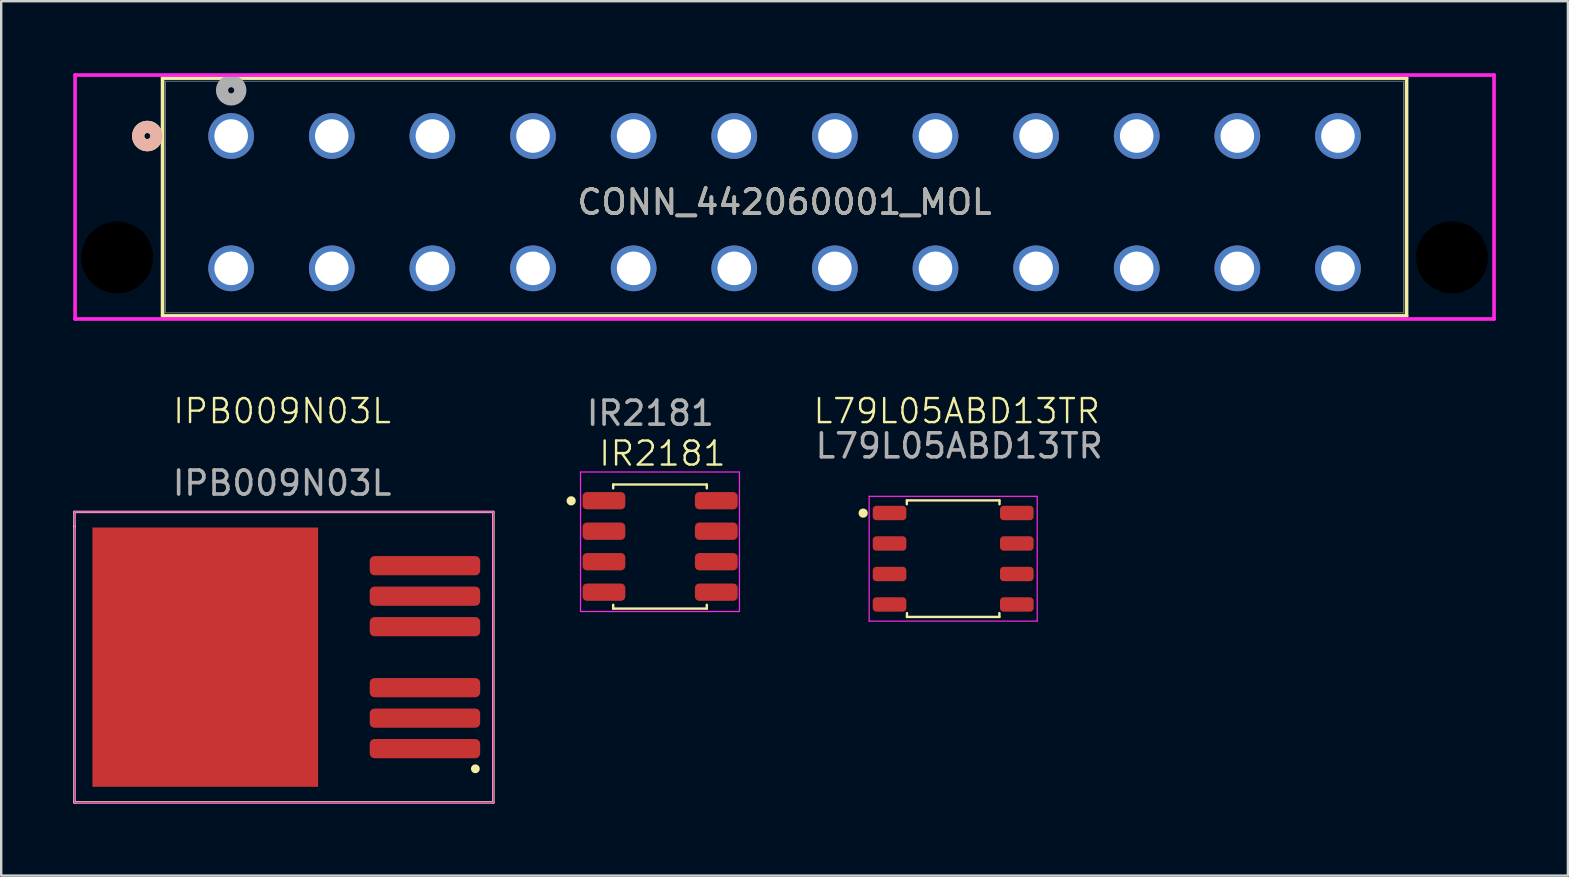
<source format=kicad_pcb>
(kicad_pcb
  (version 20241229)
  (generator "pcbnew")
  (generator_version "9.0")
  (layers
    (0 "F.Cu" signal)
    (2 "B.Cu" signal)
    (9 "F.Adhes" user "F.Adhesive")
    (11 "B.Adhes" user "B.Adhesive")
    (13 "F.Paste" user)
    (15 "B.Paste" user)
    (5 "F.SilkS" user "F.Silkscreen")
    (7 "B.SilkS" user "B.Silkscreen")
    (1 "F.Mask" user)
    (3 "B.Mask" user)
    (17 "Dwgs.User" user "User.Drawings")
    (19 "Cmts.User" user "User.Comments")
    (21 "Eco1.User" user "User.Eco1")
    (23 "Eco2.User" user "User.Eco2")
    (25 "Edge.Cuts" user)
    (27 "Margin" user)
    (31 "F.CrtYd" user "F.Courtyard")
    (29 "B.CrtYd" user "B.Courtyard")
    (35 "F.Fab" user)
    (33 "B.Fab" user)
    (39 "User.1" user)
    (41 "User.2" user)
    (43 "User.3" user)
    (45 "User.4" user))
  (footprint "IR2181"
    (layer "F.Cu")
    (at 24.441 19.711)
    (property "Reference" "IR2181" (at 0.1 -3.87 0) (unlocked yes) (layer "F.SilkS") (effects (font (size 1 1) (thickness 0.1))))
    (attr smd)
    (fp_line (start -1.95 -2.58) (end -1.95 -2.42) (stroke (width 0.1) (type default)) (layer "F.SilkS"))
    (fp_line (start -1.95 -2.58) (end 1.95 -2.58) (stroke (width 0.1) (type default)) (layer "F.SilkS"))
    (fp_line (start -1.95 2.43) (end -1.95 2.59) (stroke (width 0.1) (type default)) (layer "F.SilkS"))
    (fp_line (start -1.95 2.59) (end 1.95 2.59) (stroke (width 0.1) (type default)) (layer "F.SilkS"))
    (fp_line (start 1.95 -2.58) (end 1.95 -2.42) (stroke (width 0.1) (type default)) (layer "F.SilkS"))
    (fp_line (start 1.95 2.43) (end 1.95 2.59) (stroke (width 0.1) (type default)) (layer "F.SilkS"))
    (fp_circle (center -3.7 -1.9) (end -3.559 -1.9) (stroke (width 0.1) (type solid)) (fill yes) (layer "F.SilkS"))
    (fp_line (start -3.31 -3.1) (end -3.31 2.71) (stroke (width 0.05) (type default)) (layer "F.CrtYd"))
    (fp_line (start -3.31 -3.1) (end 3.31 -3.1) (stroke (width 0.05) (type default)) (layer "F.CrtYd"))
    (fp_line (start 3.31 -3.1) (end 3.31 2.71) (stroke (width 0.05) (type default)) (layer "F.CrtYd"))
    (fp_line (start 3.31 2.71) (end -3.3 2.71) (stroke (width 0.05) (type default)) (layer "F.CrtYd"))
    (fp_text user "${REFERENCE}" (at -0.4 -5.55 0) (unlocked yes) (layer "F.Fab") (effects (font (size 1 1) (thickness 0.15))))
    (pad "1" smd roundrect (at -2.335 -1.905) (size 1.78 0.72) (layers "F.Cu" "F.Mask" "F.Paste") (roundrect_rratio 0.25))
    (pad "2" smd roundrect (at -2.335 -0.635) (size 1.78 0.72) (layers "F.Cu" "F.Mask" "F.Paste") (roundrect_rratio 0.25))
    (pad "3" smd roundrect (at -2.335 0.635) (size 1.78 0.72) (layers "F.Cu" "F.Mask" "F.Paste") (roundrect_rratio 0.25))
    (pad "4" smd roundrect (at -2.335 1.905) (size 1.78 0.72) (layers "F.Cu" "F.Mask" "F.Paste") (roundrect_rratio 0.25))
    (pad "5" smd roundrect (at 2.345 1.905) (size 1.78 0.72) (layers "F.Cu" "F.Mask" "F.Paste") (roundrect_rratio 0.25))
    (pad "6" smd roundrect (at 2.345 0.635) (size 1.78 0.72) (layers "F.Cu" "F.Mask" "F.Paste") (roundrect_rratio 0.25))
    (pad "7" smd roundrect (at 2.345 -0.635) (size 1.78 0.72) (layers "F.Cu" "F.Mask" "F.Paste") (roundrect_rratio 0.25))
    (pad "8" smd roundrect (at 2.345 -1.905) (size 1.78 0.72) (layers "F.Cu" "F.Mask" "F.Paste") (roundrect_rratio 0.25)))
  (footprint "IPB009N03L"
    (layer "F.Cu")
    (at 5.5 24.323)
    (property "Reference" "IPB009N03L" (at 3.2 -10.25 0) (unlocked yes) (layer "F.SilkS") (effects (font (size 1 1) (thickness 0.1))))
    (attr smd)
    (fp_line (start -5.45 -6.05) (end -5.45 -5.45) (stroke (width 0.1) (type default)) (layer "F.SilkS"))
    (fp_line (start -5.45 -5.45) (end -5.45 6.05) (stroke (width 0.1) (type default)) (layer "F.SilkS"))
    (fp_line (start -5.45 6.05) (end 12 6.05) (stroke (width 0.1) (type default)) (layer "F.SilkS"))
    (fp_line (start 12 -6.05) (end -5.45 -6.05) (stroke (width 0.1) (type default)) (layer "F.SilkS"))
    (fp_line (start 12 6.05) (end 12 -6.05) (stroke (width 0.1) (type default)) (layer "F.SilkS"))
    (fp_circle (center 11.25 4.65) (end 11.408 4.65) (stroke (width 0.05) (type solid)) (fill yes) (layer "F.SilkS"))
    (fp_line (start -5.45 -6.05) (end -5.45 6.05) (stroke (width 0.05) (type default)) (layer "F.CrtYd"))
    (fp_line (start -5.45 6.05) (end 12 6.05) (stroke (width 0.05) (type default)) (layer "F.CrtYd"))
    (fp_line (start 12 -6.05) (end -5.45 -6.05) (stroke (width 0.05) (type default)) (layer "F.CrtYd"))
    (fp_line (start 12 6.05) (end 12 -6.05) (stroke (width 0.05) (type default)) (layer "F.CrtYd"))
    (fp_text user "${REFERENCE}" (at 3.2 -7.25 0) (unlocked yes) (layer "F.Fab") (effects (font (size 1 1) (thickness 0.15))))
    (pad "1" smd roundrect (at 9.15 3.81) (size 4.6 0.8) (layers "F.Cu" "F.Mask" "F.Paste") (roundrect_rratio 0.25))
    (pad "2" smd roundrect (at 9.15 2.54) (size 4.6 0.8) (layers "F.Cu" "F.Mask" "F.Paste") (roundrect_rratio 0.25))
    (pad "3" smd roundrect (at 9.15 1.27) (size 4.6 0.8) (layers "F.Cu" "F.Mask" "F.Paste") (roundrect_rratio 0.25))
    (pad "5" smd roundrect (at 9.15 -1.27) (size 4.6 0.8) (layers "F.Cu" "F.Mask" "F.Paste") (roundrect_rratio 0.25))
    (pad "6" smd roundrect (at 9.15 -2.54) (size 4.6 0.8) (layers "F.Cu" "F.Mask" "F.Paste") (roundrect_rratio 0.25))
    (pad "7" smd roundrect (at 9.15 -3.81) (size 4.6 0.8) (layers "F.Cu" "F.Mask" "F.Paste") (roundrect_rratio 0.25))
    (pad "TAB" smd rect (at 0 0) (size 9.4 10.8) (layers "F.Cu" "F.Mask" "F.Paste")))
  (footprint "CONN_442060001_MOL"
    (layer "F.Cu")
    (at 6.579 2.616)
    (property "Reference" "CONN_442060001_MOL" (at 23.05 2.756 0) (unlocked yes) (layer "F.SilkS") (effects (font (size 1 1) (thickness 0.15))))
    (attr through_hole)
    (fp_line (start -2.857 -2.413) (end -2.857 7.493) (stroke (width 0.152) (type solid)) (layer "F.SilkS"))
    (fp_line (start -2.857 7.493) (end 48.959 7.493) (stroke (width 0.152) (type solid)) (layer "F.SilkS"))
    (fp_line (start 48.959 -2.413) (end -2.857 -2.413) (stroke (width 0.152) (type solid)) (layer "F.SilkS"))
    (fp_line (start 48.959 7.493) (end 48.959 -2.413) (stroke (width 0.152) (type solid)) (layer "F.SilkS"))
    (fp_circle (center -3.493 0) (end -3.111 0) (stroke (width 0.508) (type solid)) (fill no) (layer "F.SilkS"))
    (fp_circle (center -3.493 0) (end -3.111 0) (stroke (width 0.508) (type solid)) (fill no) (layer "B.SilkS"))
    (fp_line (start -6.502 -2.54) (end -6.502 7.62) (stroke (width 0.152) (type solid)) (layer "F.CrtYd"))
    (fp_line (start -6.502 7.62) (end 52.603 7.62) (stroke (width 0.152) (type solid)) (layer "F.CrtYd"))
    (fp_line (start 52.603 -2.54) (end -6.502 -2.54) (stroke (width 0.152) (type solid)) (layer "F.CrtYd"))
    (fp_line (start 52.603 7.62) (end 52.603 -2.54) (stroke (width 0.152) (type solid)) (layer "F.CrtYd"))
    (fp_line (start -2.731 -2.286) (end -2.731 7.366) (stroke (width 0.025) (type solid)) (layer "F.Fab"))
    (fp_line (start -2.731 7.366) (end 48.831 7.366) (stroke (width 0.025) (type solid)) (layer "F.Fab"))
    (fp_line (start 48.831 -2.286) (end -2.731 -2.286) (stroke (width 0.025) (type solid)) (layer "F.Fab"))
    (fp_line (start 48.831 7.366) (end 48.831 -2.286) (stroke (width 0.025) (type solid)) (layer "F.Fab"))
    (fp_circle (center 0 -1.905) (end 0.381 -1.905) (stroke (width 0.508) (type solid)) (fill no) (layer "F.Fab"))
    (fp_text user "${REFERENCE}" (at 23.05 2.756 0) (unlocked yes) (layer "F.Fab") (effects (font (size 1 1) (thickness 0.15))))
    (pad "" np_thru_hole circle (at -4.75 5.055) (size 2.997 2.997) (drill 2.997) (layers))
    (pad "" np_thru_hole circle (at 50.851 5.055) (size 2.997 2.997) (drill 2.997) (layers))
    (pad "1" thru_hole circle (at 0 0) (size 1.905 1.905) (drill 1.397) (layers "*.Cu" "*.Mask"))
    (pad "2" thru_hole circle (at 4.191 0) (size 1.905 1.905) (drill 1.397) (layers "*.Cu" "*.Mask"))
    (pad "3" thru_hole circle (at 8.382 0) (size 1.905 1.905) (drill 1.397) (layers "*.Cu" "*.Mask"))
    (pad "4" thru_hole circle (at 12.573 0) (size 1.905 1.905) (drill 1.397) (layers "*.Cu" "*.Mask"))
    (pad "5" thru_hole circle (at 16.764 0) (size 1.905 1.905) (drill 1.397) (layers "*.Cu" "*.Mask"))
    (pad "6" thru_hole circle (at 20.955 0) (size 1.905 1.905) (drill 1.397) (layers "*.Cu" "*.Mask"))
    (pad "7" thru_hole circle (at 25.146 0) (size 1.905 1.905) (drill 1.397) (layers "*.Cu" "*.Mask"))
    (pad "8" thru_hole circle (at 29.337 0) (size 1.905 1.905) (drill 1.397) (layers "*.Cu" "*.Mask"))
    (pad "9" thru_hole circle (at 33.528 0) (size 1.905 1.905) (drill 1.397) (layers "*.Cu" "*.Mask"))
    (pad "10" thru_hole circle (at 37.719 0) (size 1.905 1.905) (drill 1.397) (layers "*.Cu" "*.Mask"))
    (pad "11" thru_hole circle (at 41.91 0) (size 1.905 1.905) (drill 1.397) (layers "*.Cu" "*.Mask"))
    (pad "12" thru_hole circle (at 46.101 0) (size 1.905 1.905) (drill 1.397) (layers "*.Cu" "*.Mask"))
    (pad "13" thru_hole circle (at 0 5.512) (size 1.905 1.905) (drill 1.397) (layers "*.Cu" "*.Mask"))
    (pad "14" thru_hole circle (at 4.191 5.512) (size 1.905 1.905) (drill 1.397) (layers "*.Cu" "*.Mask"))
    (pad "15" thru_hole circle (at 8.382 5.512) (size 1.905 1.905) (drill 1.397) (layers "*.Cu" "*.Mask"))
    (pad "16" thru_hole circle (at 12.573 5.512) (size 1.905 1.905) (drill 1.397) (layers "*.Cu" "*.Mask"))
    (pad "17" thru_hole circle (at 16.764 5.512) (size 1.905 1.905) (drill 1.397) (layers "*.Cu" "*.Mask"))
    (pad "18" thru_hole circle (at 20.955 5.512) (size 1.905 1.905) (drill 1.397) (layers "*.Cu" "*.Mask"))
    (pad "19" thru_hole circle (at 25.146 5.512) (size 1.905 1.905) (drill 1.397) (layers "*.Cu" "*.Mask"))
    (pad "20" thru_hole circle (at 29.337 5.512) (size 1.905 1.905) (drill 1.397) (layers "*.Cu" "*.Mask"))
    (pad "21" thru_hole circle (at 33.528 5.512) (size 1.905 1.905) (drill 1.397) (layers "*.Cu" "*.Mask"))
    (pad "22" thru_hole circle (at 37.719 5.512) (size 1.905 1.905) (drill 1.397) (layers "*.Cu" "*.Mask"))
    (pad "23" thru_hole circle (at 41.91 5.512) (size 1.905 1.905) (drill 1.397) (layers "*.Cu" "*.Mask"))
    (pad "24" thru_hole circle (at 46.101 5.512) (size 1.905 1.905) (drill 1.397) (layers "*.Cu" "*.Mask")))
  (footprint "L79L05ABD13TR"
    (layer "F.Cu")
    (at 36.653 20.223)
    (property "Reference" "L79L05ABD13TR" (at 0.15 -6.15 0) (unlocked yes) (layer "F.SilkS") (effects (font (size 1 1) (thickness 0.1))))
    (attr smd)
    (fp_line (start -1.93 -2.43) (end -1.93 -2.27) (stroke (width 0.1) (type default)) (layer "F.SilkS"))
    (fp_line (start -1.925 2.265) (end -1.925 2.425) (stroke (width 0.1) (type default)) (layer "F.SilkS"))
    (fp_line (start 1.925 -2.43) (end -1.925 -2.43) (stroke (width 0.1) (type default)) (layer "F.SilkS"))
    (fp_line (start 1.925 2.265) (end 1.925 2.425) (stroke (width 0.1) (type default)) (layer "F.SilkS"))
    (fp_line (start 1.925 2.425) (end -1.925 2.425) (stroke (width 0.1) (type default)) (layer "F.SilkS"))
    (fp_line (start 1.93 -2.43) (end 1.93 -2.27) (stroke (width 0.1) (type default)) (layer "F.SilkS"))
    (fp_circle (center -3.75 -1.9) (end -3.609 -1.9) (stroke (width 0.1) (type solid)) (fill yes) (layer "F.SilkS"))
    (fp_line (start -3.5 -2.6) (end -3.5 2.6) (stroke (width 0.05) (type default)) (layer "F.CrtYd"))
    (fp_line (start -3.5 2.6) (end 3.5 2.6) (stroke (width 0.05) (type default)) (layer "F.CrtYd"))
    (fp_line (start 3.5 -2.6) (end -3.5 -2.6) (stroke (width 0.05) (type default)) (layer "F.CrtYd"))
    (fp_line (start 3.5 2.6) (end 3.5 -2.6) (stroke (width 0.05) (type default)) (layer "F.CrtYd"))
    (fp_text user "${REFERENCE}" (at 0.25 -4.7 0) (unlocked yes) (layer "F.Fab") (effects (font (size 1 1) (thickness 0.15))))
    (pad "1" smd roundrect (at -2.65 -1.905 90) (size 0.6 1.4) (layers "F.Cu" "F.Mask" "F.Paste") (roundrect_rratio 0.25))
    (pad "2" smd roundrect (at -2.65 -0.635 90) (size 0.6 1.4) (layers "F.Cu" "F.Mask" "F.Paste") (roundrect_rratio 0.25))
    (pad "3" smd roundrect (at -2.65 0.635 90) (size 0.6 1.4) (layers "F.Cu" "F.Mask" "F.Paste") (roundrect_rratio 0.25))
    (pad "4" smd roundrect (at -2.65 1.905 90) (size 0.6 1.4) (layers "F.Cu" "F.Mask" "F.Paste") (roundrect_rratio 0.25))
    (pad "5" smd roundrect (at 2.65 1.905 90) (size 0.6 1.4) (layers "F.Cu" "F.Mask" "F.Paste") (roundrect_rratio 0.25))
    (pad "6" smd roundrect (at 2.65 0.635 90) (size 0.6 1.4) (layers "F.Cu" "F.Mask" "F.Paste") (roundrect_rratio 0.25))
    (pad "7" smd roundrect (at 2.65 -0.635 90) (size 0.6 1.4) (layers "F.Cu" "F.Mask" "F.Paste") (roundrect_rratio 0.25))
    (pad "8" smd roundrect (at 2.65 -1.905 90) (size 0.6 1.4) (layers "F.Cu" "F.Mask" "F.Paste") (roundrect_rratio 0.25)))
  (gr_rect
    (start -3 -3)
    (end 62.258 33.423)
    (stroke (width 0.1) (type default))
    (fill no)
    (layer "Edge.Cuts")))
</source>
